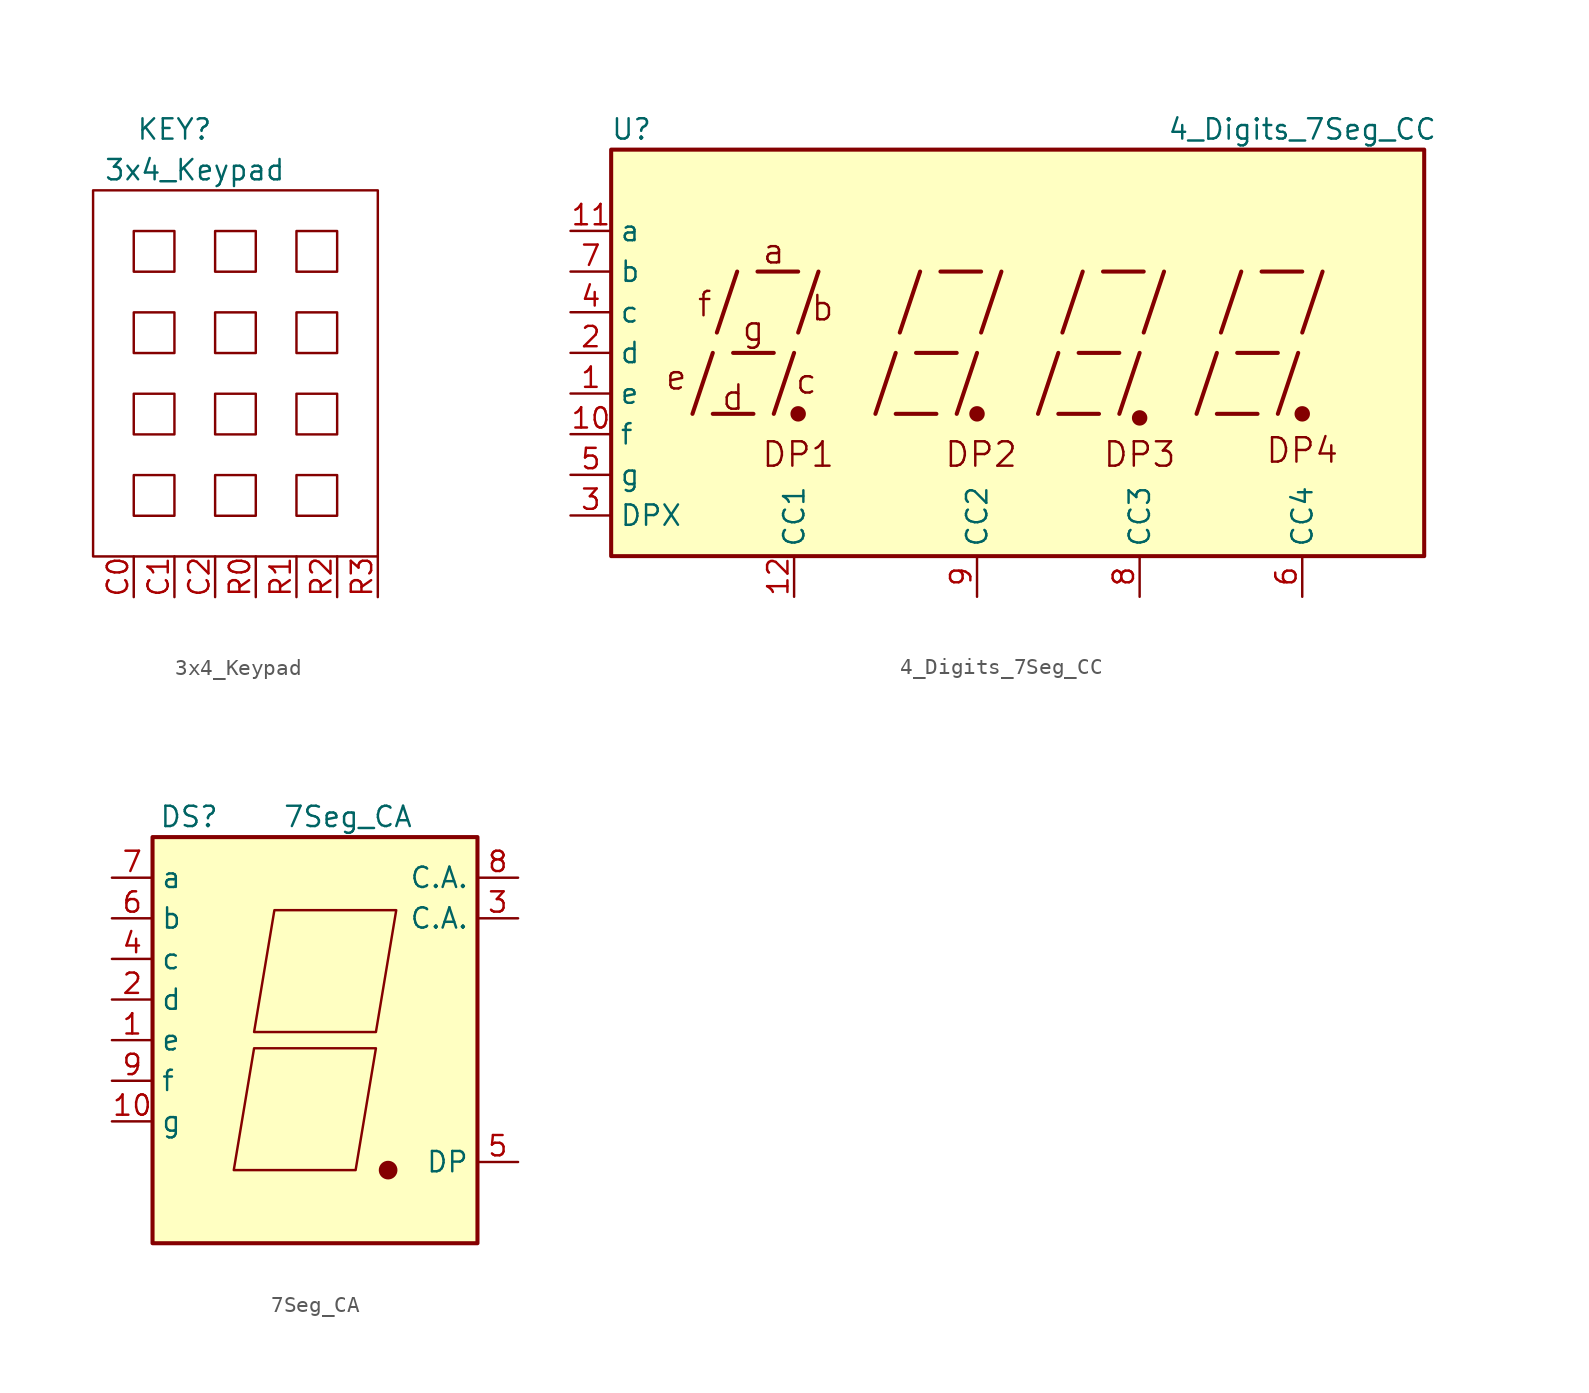
<source format=kicad_sym>
(kicad_symbol_lib
  (version 20220914)
  (generator kicad_symbol_editor)
  (symbol "3x4_Keypad"
    (property "Reference" "KEY"
      (at 7.62 6.35 0)
      (effects (font (size 1.27 1.27))))
    (property "Value" "3x4_Keypad"
      (at 8.89 3.81 0)
      (effects (font (size 1.27 1.27))))
    (symbol "3x4_Keypad_0_1"
      (rectangle (start 2.54 2.54) (end 20.32 -20.32) (stroke (width 0) (type default)) (fill (type none)))
      (rectangle (start 5.08 -15.24) (end 7.62 -17.78) (stroke (width 0) (type default)) (fill (type none)))
      (rectangle (start 5.08 -10.16) (end 7.62 -12.7) (stroke (width 0) (type default)) (fill (type none)))
      (rectangle (start 5.08 -5.08) (end 7.62 -7.62) (stroke (width 0) (type default)) (fill (type none)))
      (rectangle (start 5.08 0) (end 7.62 -2.54) (stroke (width 0) (type default)) (fill (type none)))
      (rectangle (start 10.16 -15.24) (end 12.7 -17.78) (stroke (width 0) (type default)) (fill (type none)))
      (rectangle (start 10.16 -10.16) (end 12.7 -12.7) (stroke (width 0) (type default)) (fill (type none)))
      (rectangle (start 10.16 -5.08) (end 12.7 -7.62) (stroke (width 0) (type default)) (fill (type none)))
      (rectangle (start 10.16 0) (end 12.7 -2.54) (stroke (width 0) (type default)) (fill (type none)))
      (rectangle (start 15.24 -15.24) (end 17.78 -17.78) (stroke (width 0) (type default)) (fill (type none)))
      (rectangle (start 15.24 -10.16) (end 17.78 -12.7) (stroke (width 0) (type default)) (fill (type none)))
      (rectangle (start 15.24 -5.08) (end 17.78 -7.62) (stroke (width 0) (type default)) (fill (type none)))
      (rectangle (start 15.24 0) (end 17.78 -2.54) (stroke (width 0) (type default)) (fill (type none))))
    (symbol "3x4_Keypad_1_1"
      (pin input line (at 5.08 -22.86 90) (length 2.54) (name "" (effects (font (size 1.27 1.27)))) (number "C0" (effects (font (size 1.27 1.27)))))
      (pin input line (at 7.62 -22.86 90) (length 2.54) (name "" (effects (font (size 1.27 1.27)))) (number "C1" (effects (font (size 1.27 1.27)))))
      (pin input line (at 10.16 -22.86 90) (length 2.54) (name "" (effects (font (size 1.27 1.27)))) (number "C2" (effects (font (size 1.27 1.27)))))
      (pin input line (at 12.7 -22.86 90) (length 2.54) (name "" (effects (font (size 1.27 1.27)))) (number "R0" (effects (font (size 1.27 1.27)))))
      (pin input line (at 15.24 -22.86 90) (length 2.54) (name "" (effects (font (size 1.27 1.27)))) (number "R1" (effects (font (size 1.27 1.27)))))
      (pin input line (at 17.78 -22.86 90) (length 2.54) (name "" (effects (font (size 1.27 1.27)))) (number "R2" (effects (font (size 1.27 1.27)))))
      (pin input line (at 20.32 -22.86 90) (length 2.54) (name "" (effects (font (size 1.27 1.27)))) (number "R3" (effects (font (size 1.27 1.27)))))))
  (symbol "4_Digits_7Seg_CC"
    (property "Reference" "U"
      (at -24.13 13.97 0)
      (effects (font (size 1.27 1.27))))
    (property "Value" "4_Digits_7Seg_CC"
      (at 17.78 13.97 0)
      (effects (font (size 1.27 1.27))))
    (symbol "4_Digits_7Seg_CC_0_0"
      (rectangle (start -25.4 12.7) (end 25.4 -12.7) (stroke (width 0.254) (type default)) (fill (type background)))
      (polyline (pts (xy -20.32 -3.81) (xy -19.05 0)) (stroke (width 0.254) (type default)) (fill (type none)))
      (polyline (pts (xy -19.05 -3.81) (xy -16.51 -3.81)) (stroke (width 0.254) (type default)) (fill (type none)))
      (polyline (pts (xy -18.796 1.27) (xy -17.526 5.08)) (stroke (width 0.254) (type default)) (fill (type none)))
      (polyline (pts (xy -17.78 0) (xy -15.24 0)) (stroke (width 0.254) (type default)) (fill (type none)))
      (polyline (pts (xy -16.256 5.08) (xy -13.716 5.08)) (stroke (width 0.254) (type default)) (fill (type none)))
      (polyline (pts (xy -15.24 -3.81) (xy -13.97 0)) (stroke (width 0.254) (type default)) (fill (type none)))
      (polyline (pts (xy -13.716 1.27) (xy -12.446 5.08)) (stroke (width 0.254) (type default)) (fill (type none)))
      (polyline (pts (xy -8.89 -3.81) (xy -7.62 0)) (stroke (width 0.254) (type default)) (fill (type none)))
      (polyline (pts (xy -7.62 -3.81) (xy -5.08 -3.81)) (stroke (width 0.254) (type default)) (fill (type none)))
      (polyline (pts (xy -7.366 1.27) (xy -6.096 5.08)) (stroke (width 0.254) (type default)) (fill (type none)))
      (polyline (pts (xy -6.35 0) (xy -3.81 0)) (stroke (width 0.254) (type default)) (fill (type none)))
      (polyline (pts (xy -4.826 5.08) (xy -2.286 5.08)) (stroke (width 0.254) (type default)) (fill (type none)))
      (polyline (pts (xy -3.81 -3.81) (xy -2.54 0)) (stroke (width 0.254) (type default)) (fill (type none)))
      (polyline (pts (xy -2.286 1.27) (xy -1.016 5.08)) (stroke (width 0.254) (type default)) (fill (type none)))
      (polyline (pts (xy 1.27 -3.81) (xy 2.54 0)) (stroke (width 0.254) (type default)) (fill (type none)))
      (polyline (pts (xy 2.54 -3.81) (xy 5.08 -3.81)) (stroke (width 0.254) (type default)) (fill (type none)))
      (polyline (pts (xy 2.794 1.27) (xy 4.064 5.08)) (stroke (width 0.254) (type default)) (fill (type none)))
      (polyline (pts (xy 3.81 0) (xy 6.35 0)) (stroke (width 0.254) (type default)) (fill (type none)))
      (polyline (pts (xy 5.334 5.08) (xy 7.874 5.08)) (stroke (width 0.254) (type default)) (fill (type none)))
      (polyline (pts (xy 6.35 -3.81) (xy 7.62 0)) (stroke (width 0.254) (type default)) (fill (type none)))
      (polyline (pts (xy 7.874 1.27) (xy 9.144 5.08)) (stroke (width 0.254) (type default)) (fill (type none)))
      (polyline (pts (xy 11.176 -3.81) (xy 12.446 0)) (stroke (width 0.254) (type default)) (fill (type none)))
      (polyline (pts (xy 12.446 -3.81) (xy 14.986 -3.81)) (stroke (width 0.254) (type default)) (fill (type none)))
      (polyline (pts (xy 12.7 1.27) (xy 13.97 5.08)) (stroke (width 0.254) (type default)) (fill (type none)))
      (polyline (pts (xy 13.716 0) (xy 16.256 0)) (stroke (width 0.254) (type default)) (fill (type none)))
      (polyline (pts (xy 15.24 5.08) (xy 17.78 5.08)) (stroke (width 0.254) (type default)) (fill (type none)))
      (polyline (pts (xy 16.256 -3.81) (xy 17.526 0)) (stroke (width 0.254) (type default)) (fill (type none)))
      (polyline (pts (xy 17.78 1.27) (xy 19.05 5.08)) (stroke (width 0.254) (type default)) (fill (type none)))
      (text "a" (at -15.24 6.35 0) (effects (font (size 1.524 1.524))))
      (text "b" (at -12.192 2.794 0) (effects (font (size 1.524 1.524))))
      (text "c" (at -13.208 -1.778 0) (effects (font (size 1.524 1.524))))
      (text "d" (at -17.78 -2.794 0) (effects (font (size 1.524 1.524))))
      (text "DP1" (at -13.716 -6.35 0) (effects (font (size 1.524 1.524))))
      (text "DP2" (at -2.286 -6.35 0) (effects (font (size 1.524 1.524))))
      (text "DP3" (at 7.62 -6.35 0) (effects (font (size 1.524 1.524))))
      (text "DP4" (at 17.78 -6.096 0) (effects (font (size 1.524 1.524))))
      (text "e" (at -21.336 -1.524 0) (effects (font (size 1.524 1.524))))
      (text "f" (at -19.558 3.048 0) (effects (font (size 1.524 1.524))))
      (text "g" (at -16.51 1.524 0) (effects (font (size 1.524 1.524)))))
    (symbol "4_Digits_7Seg_CC_0_1"
      (circle (center -13.716 -3.81) (radius 0.356) (stroke (width 0.254) (type default)) (fill (type outline)))
      (circle (center -2.54 -3.81) (radius 0.356) (stroke (width 0.254) (type default)) (fill (type outline))))
    (symbol "4_Digits_7Seg_CC_1_0"
      (circle (center 7.62 -4.064) (radius 0.356) (stroke (width 0.254) (type default)) (fill (type outline)))
      (circle (center 17.78 -3.81) (radius 0.356) (stroke (width 0.254) (type default)) (fill (type outline))))
    (symbol "4_Digits_7Seg_CC_1_1"
      (pin input line (at -27.94 -2.54 0) (length 2.54) (name "e" (effects (font (size 1.27 1.27)))) (number "1" (effects (font (size 1.27 1.27)))))
      (pin input line (at -27.94 -5.08 0) (length 2.54) (name "f" (effects (font (size 1.27 1.27)))) (number "10" (effects (font (size 1.27 1.27)))))
      (pin input line (at -27.94 7.62 0) (length 2.54) (name "a" (effects (font (size 1.27 1.27)))) (number "11" (effects (font (size 1.27 1.27)))))
      (pin input line (at -13.97 -15.24 90) (length 2.54) (name "CC1" (effects (font (size 1.27 1.27)))) (number "12" (effects (font (size 1.27 1.27)))))
      (pin input line (at -27.94 0 0) (length 2.54) (name "d" (effects (font (size 1.27 1.27)))) (number "2" (effects (font (size 1.27 1.27)))))
      (pin input line (at -27.94 -10.16 0) (length 2.54) (name "DPX" (effects (font (size 1.27 1.27)))) (number "3" (effects (font (size 1.27 1.27)))))
      (pin input line (at -27.94 2.54 0) (length 2.54) (name "c" (effects (font (size 1.27 1.27)))) (number "4" (effects (font (size 1.27 1.27)))))
      (pin input line (at -27.94 -7.62 0) (length 2.54) (name "g" (effects (font (size 1.27 1.27)))) (number "5" (effects (font (size 1.27 1.27)))))
      (pin input line (at 17.78 -15.24 90) (length 2.54) (name "CC4" (effects (font (size 1.27 1.27)))) (number "6" (effects (font (size 1.27 1.27)))))
      (pin input line (at -27.94 5.08 0) (length 2.54) (name "b" (effects (font (size 1.27 1.27)))) (number "7" (effects (font (size 1.27 1.27)))))
      (pin input line (at 7.62 -15.24 90) (length 2.54) (name "CC3" (effects (font (size 1.27 1.27)))) (number "8" (effects (font (size 1.27 1.27)))))
      (pin input line (at -2.54 -15.24 90) (length 2.54) (name "CC2" (effects (font (size 1.27 1.27)))) (number "9" (effects (font (size 1.27 1.27)))))))
  (symbol "7Seg_CA"
    (property "Reference" "DS"
      (at -7.874 13.97 0)
      (effects (font (size 1.27 1.27))))
    (property "Value" "7Seg_CA"
      (at -2.032 13.97 0)
      (effects (font (size 1.27 1.27)) (justify left)))
    (symbol "7Seg_CA_0_1"
      (rectangle (start -10.16 12.7) (end 10.16 -12.7) (stroke (width 0.254) (type default)) (fill (type background)))
      (polyline (pts (xy -3.81 -0.508) (xy 3.81 -0.508) (xy 2.54 -8.128) (xy -5.08 -8.128) (xy -3.81 -0.508) (xy -3.81 -0.508)) (stroke (width 0) (type default)) (fill (type none)))
      (polyline (pts (xy -2.54 8.128) (xy 5.08 8.128) (xy 3.81 0.508) (xy -3.81 0.508) (xy -2.54 8.128) (xy -2.54 8.128)) (stroke (width 0) (type default)) (fill (type none)))
      (circle (center 4.572 -8.128) (radius 0.508) (stroke (width 0) (type default)) (fill (type outline))))
    (symbol "7Seg_CA_1_1"
      (pin passive line (at -12.7 0 0) (length 2.54) (name "e" (effects (font (size 1.27 1.27)))) (number "1" (effects (font (size 1.27 1.27)))))
      (pin passive line (at -12.7 -5.08 0) (length 2.54) (name "g" (effects (font (size 1.27 1.27)))) (number "10" (effects (font (size 1.27 1.27)))))
      (pin passive line (at -12.7 2.54 0) (length 2.54) (name "d" (effects (font (size 1.27 1.27)))) (number "2" (effects (font (size 1.27 1.27)))))
      (pin passive line (at 12.7 7.62 180) (length 2.54) (name "C.A." (effects (font (size 1.27 1.27)))) (number "3" (effects (font (size 1.27 1.27)))))
      (pin passive line (at -12.7 5.08 0) (length 2.54) (name "c" (effects (font (size 1.27 1.27)))) (number "4" (effects (font (size 1.27 1.27)))))
      (pin passive line (at 12.7 -7.62 180) (length 2.54) (name "DP" (effects (font (size 1.27 1.27)))) (number "5" (effects (font (size 1.27 1.27)))))
      (pin passive line (at -12.7 7.62 0) (length 2.54) (name "b" (effects (font (size 1.27 1.27)))) (number "6" (effects (font (size 1.27 1.27)))))
      (pin passive line (at -12.7 10.16 0) (length 2.54) (name "a" (effects (font (size 1.27 1.27)))) (number "7" (effects (font (size 1.27 1.27)))))
      (pin passive line (at 12.7 10.16 180) (length 2.54) (name "C.A." (effects (font (size 1.27 1.27)))) (number "8" (effects (font (size 1.27 1.27)))))
      (pin passive line (at -12.7 -2.54 0) (length 2.54) (name "f" (effects (font (size 1.27 1.27)))) (number "9" (effects (font (size 1.27 1.27))))))))
</source>
